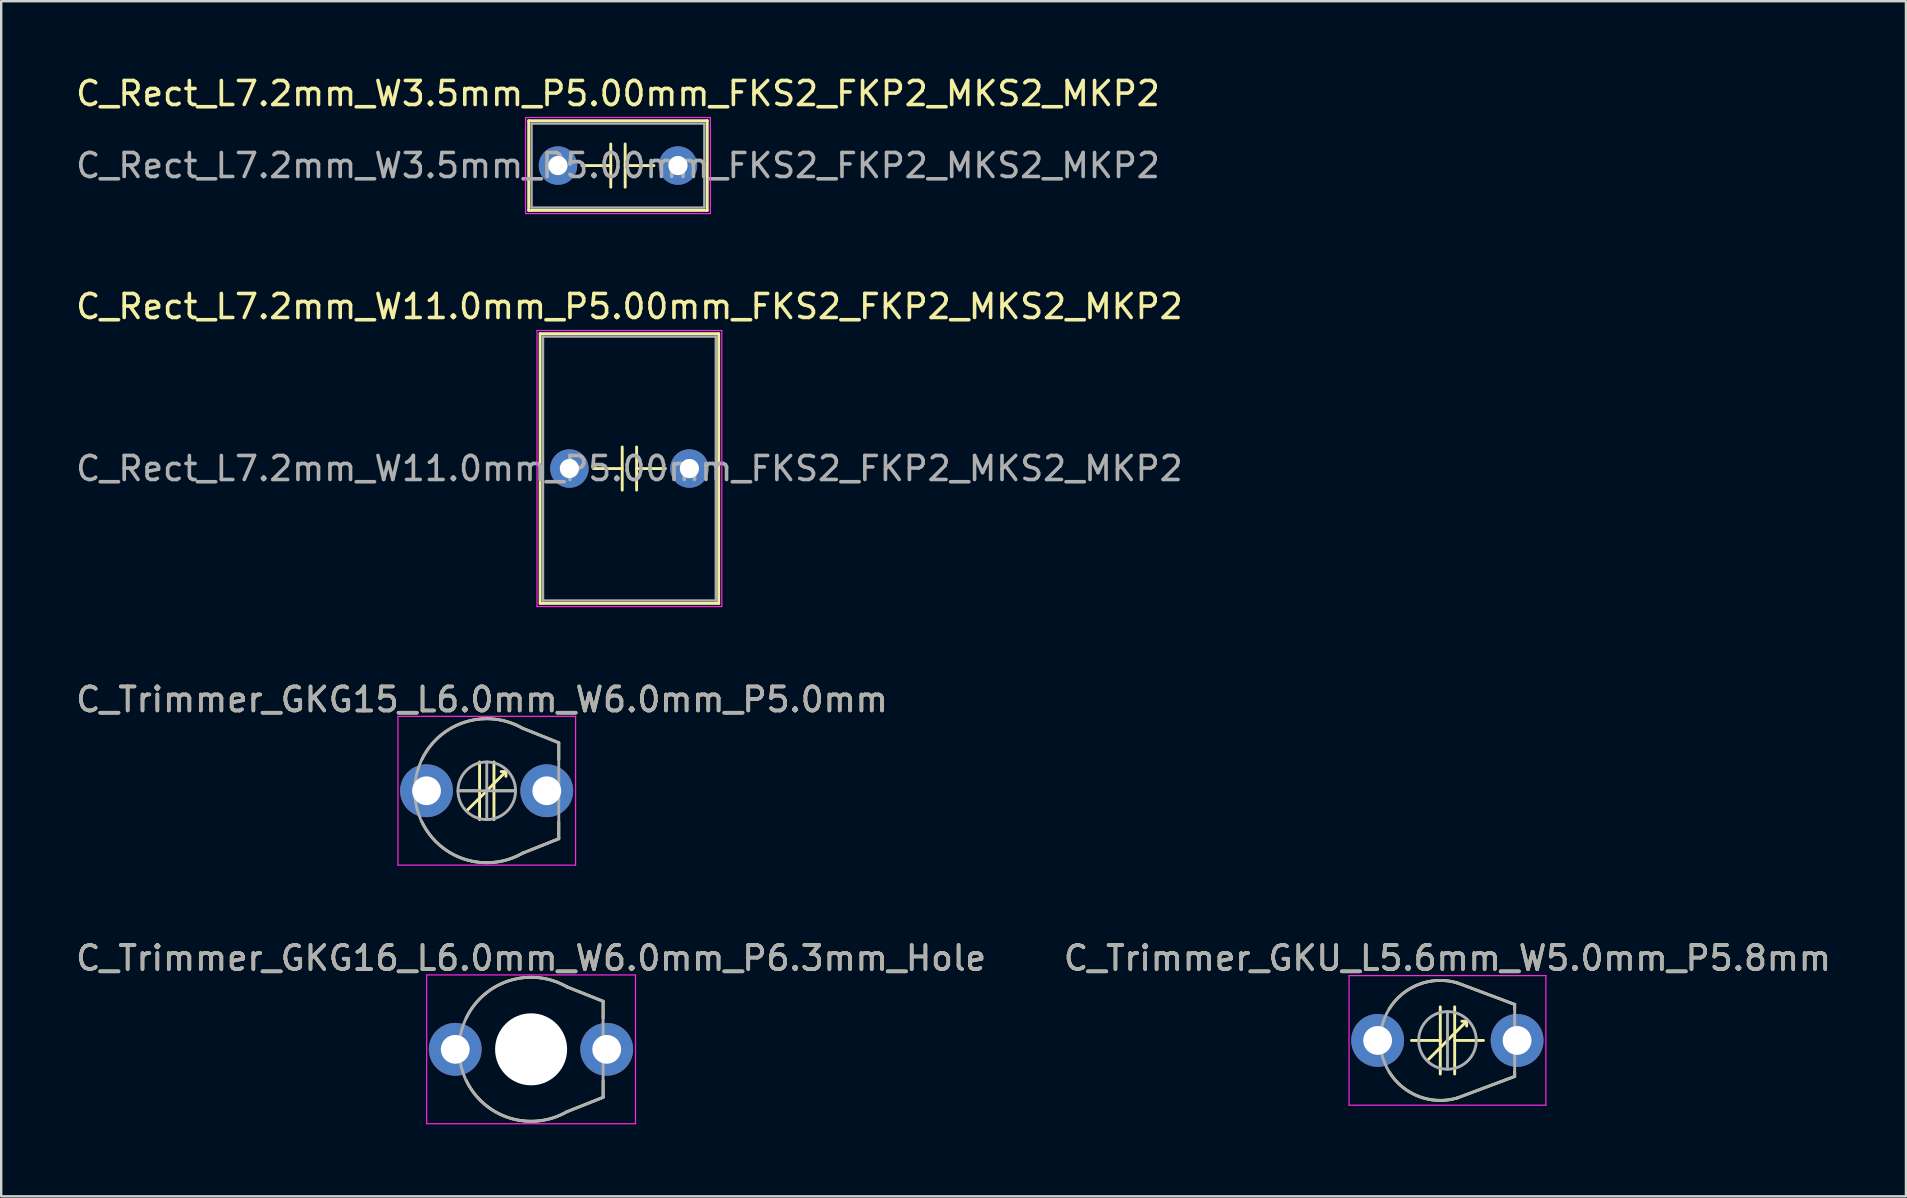
<source format=kicad_pcb>
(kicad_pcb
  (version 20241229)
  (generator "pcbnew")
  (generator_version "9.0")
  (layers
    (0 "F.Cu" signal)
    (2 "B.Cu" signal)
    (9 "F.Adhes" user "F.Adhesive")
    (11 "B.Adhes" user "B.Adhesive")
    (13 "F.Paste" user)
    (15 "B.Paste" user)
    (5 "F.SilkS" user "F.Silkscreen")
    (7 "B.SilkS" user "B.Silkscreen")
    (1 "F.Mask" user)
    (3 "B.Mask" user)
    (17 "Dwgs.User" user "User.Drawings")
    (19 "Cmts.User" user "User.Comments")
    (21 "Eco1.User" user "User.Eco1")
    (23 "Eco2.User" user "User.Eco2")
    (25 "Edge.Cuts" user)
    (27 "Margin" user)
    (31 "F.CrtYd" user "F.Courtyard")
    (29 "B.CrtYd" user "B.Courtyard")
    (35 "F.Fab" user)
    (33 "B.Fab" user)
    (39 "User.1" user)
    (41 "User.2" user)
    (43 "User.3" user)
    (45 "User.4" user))
  (footprint "C_Trimmer_GKU_L5.6mm_W5.0mm_P5.8mm"
    (layer "F.Cu")
    (at 54.356 40.297)
    (property "Reference" "C_Trimmer_GKU_L5.6mm_W5.0mm_P5.8mm" (at 2.9 -3.429 0) (layer "F.SilkS") (effects (font (size 1 1) (thickness 0.15))))
    (attr through_hole)
    (fp_line (start 1.4 0) (end 2.6 0) (stroke (width 0.12) (type solid)) (layer "F.SilkS"))
    (fp_line (start 2.6 0) (end 2.6 -1.4) (stroke (width 0.12) (type solid)) (layer "F.SilkS"))
    (fp_line (start 2.6 0) (end 2.6 1.4) (stroke (width 0.12) (type solid)) (layer "F.SilkS"))
    (fp_line (start 2.9 0) (end 2.1 0.8) (stroke (width 0.12) (type solid)) (layer "F.SilkS"))
    (fp_line (start 2.9 0) (end 3.7 -0.8) (stroke (width 0.12) (type solid)) (layer "F.SilkS"))
    (fp_line (start 3.2 0) (end 4.4 0) (stroke (width 0.12) (type solid)) (layer "F.SilkS"))
    (fp_line (start 3.2 1.4) (end 3.2 -1.4) (stroke (width 0.12) (type solid)) (layer "F.SilkS"))
    (fp_line (start 3.7 -0.8) (end 3.5 -0.8) (stroke (width 0.12) (type solid)) (layer "F.SilkS"))
    (fp_line (start 3.7 -0.8) (end 3.7 -0.6) (stroke (width 0.12) (type solid)) (layer "F.SilkS"))
    (fp_line (start 5.7 -1.5) (end 3.3 -2.4) (stroke (width 0.12) (type solid)) (layer "F.SilkS"))
    (fp_line (start 5.7 -1.5) (end 5.7 -1.3) (stroke (width 0.12) (type solid)) (layer "F.SilkS"))
    (fp_line (start 5.7 1.3) (end 5.7 1.5) (stroke (width 0.12) (type solid)) (layer "F.SilkS"))
    (fp_line (start 5.7 1.5) (end 3.3 2.4) (stroke (width 0.12) (type solid)) (layer "F.SilkS"))
    (fp_arc (start 0.474337 -1.315887) (mid 1.704481 -2.334105) (end 3.3 -2.4) (stroke (width 0.12) (type solid)) (layer "F.SilkS"))
    (fp_arc (start 3.3 2.4) (mid 1.704496 2.334111) (end 0.474354 1.315913) (stroke (width 0.12) (type solid)) (layer "F.SilkS"))
    (fp_line (start -1.2 -2.7) (end -1.2 2.7) (stroke (width 0.05) (type solid)) (layer "F.CrtYd"))
    (fp_line (start -1.2 2.7) (end 7 2.7) (stroke (width 0.05) (type solid)) (layer "F.CrtYd"))
    (fp_line (start 7 -2.7) (end -1.2 -2.7) (stroke (width 0.05) (type solid)) (layer "F.CrtYd"))
    (fp_line (start 7 2.7) (end 7 -2.7) (stroke (width 0.05) (type solid)) (layer "F.CrtYd"))
    (fp_line (start 2.9 1.2) (end 2.9 -1.2) (stroke (width 0.12) (type solid)) (layer "F.Fab"))
    (fp_line (start 5.7 -1.5) (end 3.3 -2.4) (stroke (width 0.12) (type solid)) (layer "F.Fab"))
    (fp_line (start 5.7 0) (end 5.7 -1.5) (stroke (width 0.12) (type solid)) (layer "F.Fab"))
    (fp_line (start 5.7 0) (end 5.7 1.5) (stroke (width 0.12) (type solid)) (layer "F.Fab"))
    (fp_line (start 5.7 1.5) (end 3.3 2.4) (stroke (width 0.12) (type solid)) (layer "F.Fab"))
    (fp_arc (start 3.3 2.4) (mid 0.1 0) (end 3.3 -2.4) (stroke (width 0.12) (type solid)) (layer "F.Fab"))
    (fp_circle (center 2.9 0) (end 4.1 0) (stroke (width 0.12) (type solid)) (fill no) (layer "F.Fab"))
    (fp_text user "${REFERENCE}" (at 2.9 -3.429 0) (layer "F.Fab") (effects (font (size 1 1) (thickness 0.15))))
    (pad "1" thru_hole circle (at -0.01 0) (size 2.2 2.2) (drill 1.2) (layers "*.Cu" "*.Mask"))
    (pad "2" thru_hole circle (at 5.8 0) (size 2.2 2.2) (drill 1.2) (layers "*.Cu" "*.Mask")))
  (footprint "C_Trimmer_GKG15_L6.0mm_W6.0mm_P5.0mm"
    (layer "F.Cu")
    (at 14.73 29.895)
    (property "Reference" "C_Trimmer_GKG15_L6.0mm_W6.0mm_P5.0mm" (at 2.3 -3.8 180) (layer "F.SilkS") (effects (font (size 1 1) (thickness 0.15))))
    (attr through_hole)
    (fp_line (start 1.4 0) (end 2.2 0) (stroke (width 0.12) (type solid)) (layer "F.SilkS"))
    (fp_line (start 2.2 0) (end 2.2 -1.2) (stroke (width 0.12) (type solid)) (layer "F.SilkS"))
    (fp_line (start 2.2 0) (end 2.2 1.2) (stroke (width 0.12) (type solid)) (layer "F.SilkS"))
    (fp_line (start 2.5 0) (end 1.7 0.8) (stroke (width 0.12) (type solid)) (layer "F.SilkS"))
    (fp_line (start 2.5 0) (end 3.3 -0.8) (stroke (width 0.12) (type solid)) (layer "F.SilkS"))
    (fp_line (start 2.8 0) (end 3.6 0) (stroke (width 0.12) (type solid)) (layer "F.SilkS"))
    (fp_line (start 2.8 1.2) (end 2.8 -1.2) (stroke (width 0.12) (type solid)) (layer "F.SilkS"))
    (fp_line (start 3.3 -0.8) (end 3.1 -0.8) (stroke (width 0.12) (type solid)) (layer "F.SilkS"))
    (fp_line (start 3.3 -0.8) (end 3.3 -0.6) (stroke (width 0.12) (type solid)) (layer "F.SilkS"))
    (fp_line (start 5.5 -2) (end 4 -2.6) (stroke (width 0.12) (type solid)) (layer "F.SilkS"))
    (fp_line (start 5.5 -2) (end 5.5 -1.3) (stroke (width 0.12) (type solid)) (layer "F.SilkS"))
    (fp_line (start 5.5 2) (end 3.998 2.596) (stroke (width 0.12) (type solid)) (layer "F.SilkS"))
    (fp_line (start 5.5 2) (end 5.5 1.3) (stroke (width 0.12) (type solid)) (layer "F.SilkS"))
    (fp_arc (start -0.204505 -1.302169) (mid 1.614676 -2.868134) (end 3.999999 -2.599999) (stroke (width 0.12) (type solid)) (layer "F.SilkS"))
    (fp_arc (start 3.9975 2.595667) (mid 1.616151 2.863355) (end -0.199999 1.299999) (stroke (width 0.12) (type solid)) (layer "F.SilkS"))
    (fp_line (start -1.2 -3.1) (end -1.2 3.1) (stroke (width 0.05) (type solid)) (layer "F.CrtYd"))
    (fp_line (start -1.2 3.1) (end 6.2 3.1) (stroke (width 0.05) (type solid)) (layer "F.CrtYd"))
    (fp_line (start 6.2 -3.1) (end -1.2 -3.1) (stroke (width 0.05) (type solid)) (layer "F.CrtYd"))
    (fp_line (start 6.2 3.1) (end 6.2 -3.1) (stroke (width 0.05) (type solid)) (layer "F.CrtYd"))
    (fp_line (start 1.3 0) (end 3.7 0) (stroke (width 0.12) (type solid)) (layer "F.Fab"))
    (fp_line (start 2.5 1.2) (end 2.5 -1.2) (stroke (width 0.12) (type solid)) (layer "F.Fab"))
    (fp_line (start 5.5 -2) (end 4 -2.6) (stroke (width 0.12) (type solid)) (layer "F.Fab"))
    (fp_line (start 5.5 -2) (end 5.5 0) (stroke (width 0.12) (type solid)) (layer "F.Fab"))
    (fp_line (start 5.5 0) (end 5.5 2) (stroke (width 0.12) (type solid)) (layer "F.Fab"))
    (fp_line (start 5.5 2) (end 4 2.6) (stroke (width 0.12) (type solid)) (layer "F.Fab"))
    (fp_arc (start 4 2.599999) (mid -0.501665 0) (end 3.999999 -2.599999) (stroke (width 0.12) (type solid)) (layer "F.Fab"))
    (fp_circle (center 2.5 0) (end 3.7 0) (stroke (width 0.12) (type solid)) (fill no) (layer "F.Fab"))
    (fp_text user "${REFERENCE}" (at 2.3 -3.8 180) (layer "F.Fab") (effects (font (size 1 1) (thickness 0.15))))
    (pad "1" thru_hole circle (at -0.01 0) (size 2.2 2.2) (drill 1.2) (layers "*.Cu" "*.Mask"))
    (pad "2" thru_hole circle (at 5 0) (size 2.2 2.2) (drill 1.2) (layers "*.Cu" "*.Mask")))
  (footprint "C_Trimmer_GKG16_L6.0mm_W6.0mm_P6.3mm_Hole"
    (layer "F.Cu")
    (at 15.927 40.668)
    (property "Reference" "C_Trimmer_GKG16_L6.0mm_W6.0mm_P6.3mm_Hole" (at 3.15 -3.8 180) (layer "F.SilkS") (effects (font (size 1 1) (thickness 0.15))))
    (attr through_hole)
    (fp_line (start 6.15 -2) (end 4.65 -2.6) (stroke (width 0.12) (type solid)) (layer "F.SilkS"))
    (fp_line (start 6.15 -2) (end 6.15 -1.3) (stroke (width 0.12) (type solid)) (layer "F.SilkS"))
    (fp_line (start 6.15 2) (end 4.647 2.596) (stroke (width 0.12) (type solid)) (layer "F.SilkS"))
    (fp_line (start 6.15 2) (end 6.15 1.3) (stroke (width 0.12) (type solid)) (layer "F.SilkS"))
    (fp_arc (start 0.445495 -1.302169) (mid 2.264676 -2.868134) (end 4.649999 -2.599999) (stroke (width 0.12) (type solid)) (layer "F.SilkS"))
    (fp_arc (start 4.6475 2.595667) (mid 2.266151 2.863355) (end 0.450001 1.299999) (stroke (width 0.12) (type solid)) (layer "F.SilkS"))
    (fp_line (start -1.2 -3.1) (end -1.2 3.1) (stroke (width 0.05) (type solid)) (layer "F.CrtYd"))
    (fp_line (start -1.2 3.1) (end 7.5 3.1) (stroke (width 0.05) (type solid)) (layer "F.CrtYd"))
    (fp_line (start 7.5 -3.1) (end -1.2 -3.1) (stroke (width 0.05) (type solid)) (layer "F.CrtYd"))
    (fp_line (start 7.5 3.1) (end 7.5 -3.1) (stroke (width 0.05) (type solid)) (layer "F.CrtYd"))
    (fp_line (start 6.15 -2) (end 4.65 -2.6) (stroke (width 0.12) (type solid)) (layer "F.Fab"))
    (fp_line (start 6.15 -2) (end 6.15 0) (stroke (width 0.12) (type solid)) (layer "F.Fab"))
    (fp_line (start 6.15 0) (end 6.15 2) (stroke (width 0.12) (type solid)) (layer "F.Fab"))
    (fp_line (start 6.15 2) (end 4.65 2.6) (stroke (width 0.12) (type solid)) (layer "F.Fab"))
    (fp_arc (start 4.65 2.599999) (mid 0.148335 0) (end 4.649999 -2.599999) (stroke (width 0.12) (type solid)) (layer "F.Fab"))
    (fp_text user "${REFERENCE}" (at 3.15 -3.8 180) (layer "F.Fab") (effects (font (size 1 1) (thickness 0.15))))
    (pad "" np_thru_hole circle (at 3.15 0) (size 3 3) (drill 3) (layers "*.Cu" "*.Mask"))
    (pad "1" thru_hole circle (at -0.01 0) (size 2.2 2.2) (drill 1.2) (layers "*.Cu" "*.Mask"))
    (pad "2" thru_hole circle (at 6.3 0) (size 2.2 2.2) (drill 1.2) (layers "*.Cu" "*.Mask")))
  (footprint "C_Rect_L7.2mm_W11.0mm_P5.00mm_FKS2_FKP2_MKS2_MKP2"
    (layer "F.Cu")
    (at 20.673 16.471)
    (property "Reference" "C_Rect_L7.2mm_W11.0mm_P5.00mm_FKS2_FKP2_MKS2_MKP2" (at 2.5 -6.75 0) (layer "F.SilkS") (effects (font (size 1 1) (thickness 0.15))))
    (attr through_hole)
    (fp_line (start -1.22 -5.62) (end -1.22 5.62) (stroke (width 0.12) (type solid)) (layer "F.SilkS"))
    (fp_line (start -1.22 -5.62) (end 6.22 -5.62) (stroke (width 0.12) (type solid)) (layer "F.SilkS"))
    (fp_line (start -1.22 5.62) (end 6.22 5.62) (stroke (width 0.12) (type solid)) (layer "F.SilkS"))
    (fp_line (start 1 0) (end 2.2 0) (stroke (width 0.12) (type solid)) (layer "F.SilkS"))
    (fp_line (start 2.2 -0.9) (end 2.2 0.9) (stroke (width 0.12) (type solid)) (layer "F.SilkS"))
    (fp_line (start 2.8 -0.9) (end 2.8 0.9) (stroke (width 0.12) (type solid)) (layer "F.SilkS"))
    (fp_line (start 4 0) (end 2.8 0) (stroke (width 0.12) (type solid)) (layer "F.SilkS"))
    (fp_line (start 6.22 -5.62) (end 6.22 5.62) (stroke (width 0.12) (type solid)) (layer "F.SilkS"))
    (fp_line (start -1.35 -5.75) (end -1.35 5.75) (stroke (width 0.05) (type solid)) (layer "F.CrtYd"))
    (fp_line (start -1.35 5.75) (end 6.35 5.75) (stroke (width 0.05) (type solid)) (layer "F.CrtYd"))
    (fp_line (start 6.35 -5.75) (end -1.35 -5.75) (stroke (width 0.05) (type solid)) (layer "F.CrtYd"))
    (fp_line (start 6.35 5.75) (end 6.35 -5.75) (stroke (width 0.05) (type solid)) (layer "F.CrtYd"))
    (fp_line (start -1.1 -5.5) (end -1.1 5.5) (stroke (width 0.1) (type solid)) (layer "F.Fab"))
    (fp_line (start -1.1 5.5) (end 6.1 5.5) (stroke (width 0.1) (type solid)) (layer "F.Fab"))
    (fp_line (start 6.1 -5.5) (end -1.1 -5.5) (stroke (width 0.1) (type solid)) (layer "F.Fab"))
    (fp_line (start 6.1 5.5) (end 6.1 -5.5) (stroke (width 0.1) (type solid)) (layer "F.Fab"))
    (fp_text user "${REFERENCE}" (at 2.5 0 0) (layer "F.Fab") (effects (font (size 1 1) (thickness 0.15))))
    (pad "1" thru_hole circle (at 0 0) (size 1.6 1.6) (drill 0.8) (layers "*.Cu" "*.Mask"))
    (pad "2" thru_hole circle (at 5 0) (size 1.6 1.6) (drill 0.8) (layers "*.Cu" "*.Mask")))
  (footprint "C_Rect_L7.2mm_W3.5mm_P5.00mm_FKS2_FKP2_MKS2_MKP2"
    (layer "F.Cu")
    (at 20.196 3.848)
    (property "Reference" "C_Rect_L7.2mm_W3.5mm_P5.00mm_FKS2_FKP2_MKS2_MKP2" (at 2.5 -3 0) (layer "F.SilkS") (effects (font (size 1 1) (thickness 0.15))))
    (attr through_hole)
    (fp_line (start -1.22 -1.87) (end -1.22 1.87) (stroke (width 0.12) (type solid)) (layer "F.SilkS"))
    (fp_line (start -1.22 -1.87) (end 6.22 -1.87) (stroke (width 0.12) (type solid)) (layer "F.SilkS"))
    (fp_line (start -1.22 1.87) (end 6.22 1.87) (stroke (width 0.12) (type solid)) (layer "F.SilkS"))
    (fp_line (start 1 0) (end 2.2 0) (stroke (width 0.12) (type solid)) (layer "F.SilkS"))
    (fp_line (start 2.2 -0.9) (end 2.2 0.9) (stroke (width 0.12) (type solid)) (layer "F.SilkS"))
    (fp_line (start 2.8 -0.9) (end 2.8 0.9) (stroke (width 0.12) (type solid)) (layer "F.SilkS"))
    (fp_line (start 4 0) (end 2.8 0) (stroke (width 0.12) (type solid)) (layer "F.SilkS"))
    (fp_line (start 6.22 -1.87) (end 6.22 1.87) (stroke (width 0.12) (type solid)) (layer "F.SilkS"))
    (fp_line (start -1.35 -2) (end -1.35 2) (stroke (width 0.05) (type solid)) (layer "F.CrtYd"))
    (fp_line (start -1.35 2) (end 6.35 2) (stroke (width 0.05) (type solid)) (layer "F.CrtYd"))
    (fp_line (start 6.35 -2) (end -1.35 -2) (stroke (width 0.05) (type solid)) (layer "F.CrtYd"))
    (fp_line (start 6.35 2) (end 6.35 -2) (stroke (width 0.05) (type solid)) (layer "F.CrtYd"))
    (fp_line (start -1.1 -1.75) (end -1.1 1.75) (stroke (width 0.1) (type solid)) (layer "F.Fab"))
    (fp_line (start -1.1 1.75) (end 6.1 1.75) (stroke (width 0.1) (type solid)) (layer "F.Fab"))
    (fp_line (start 6.1 -1.75) (end -1.1 -1.75) (stroke (width 0.1) (type solid)) (layer "F.Fab"))
    (fp_line (start 6.1 1.75) (end 6.1 -1.75) (stroke (width 0.1) (type solid)) (layer "F.Fab"))
    (fp_text user "${REFERENCE}" (at 2.5 0 0) (layer "F.Fab") (effects (font (size 1 1) (thickness 0.15))))
    (pad "1" thru_hole circle (at 0 0) (size 1.6 1.6) (drill 0.8) (layers "*.Cu" "*.Mask"))
    (pad "2" thru_hole circle (at 5 0) (size 1.6 1.6) (drill 0.8) (layers "*.Cu" "*.Mask")))
  (gr_rect
    (start -3 -3)
    (end 76.357 46.793)
    (stroke (width 0.1) (type default))
    (fill no)
    (layer "Edge.Cuts")))
</source>
